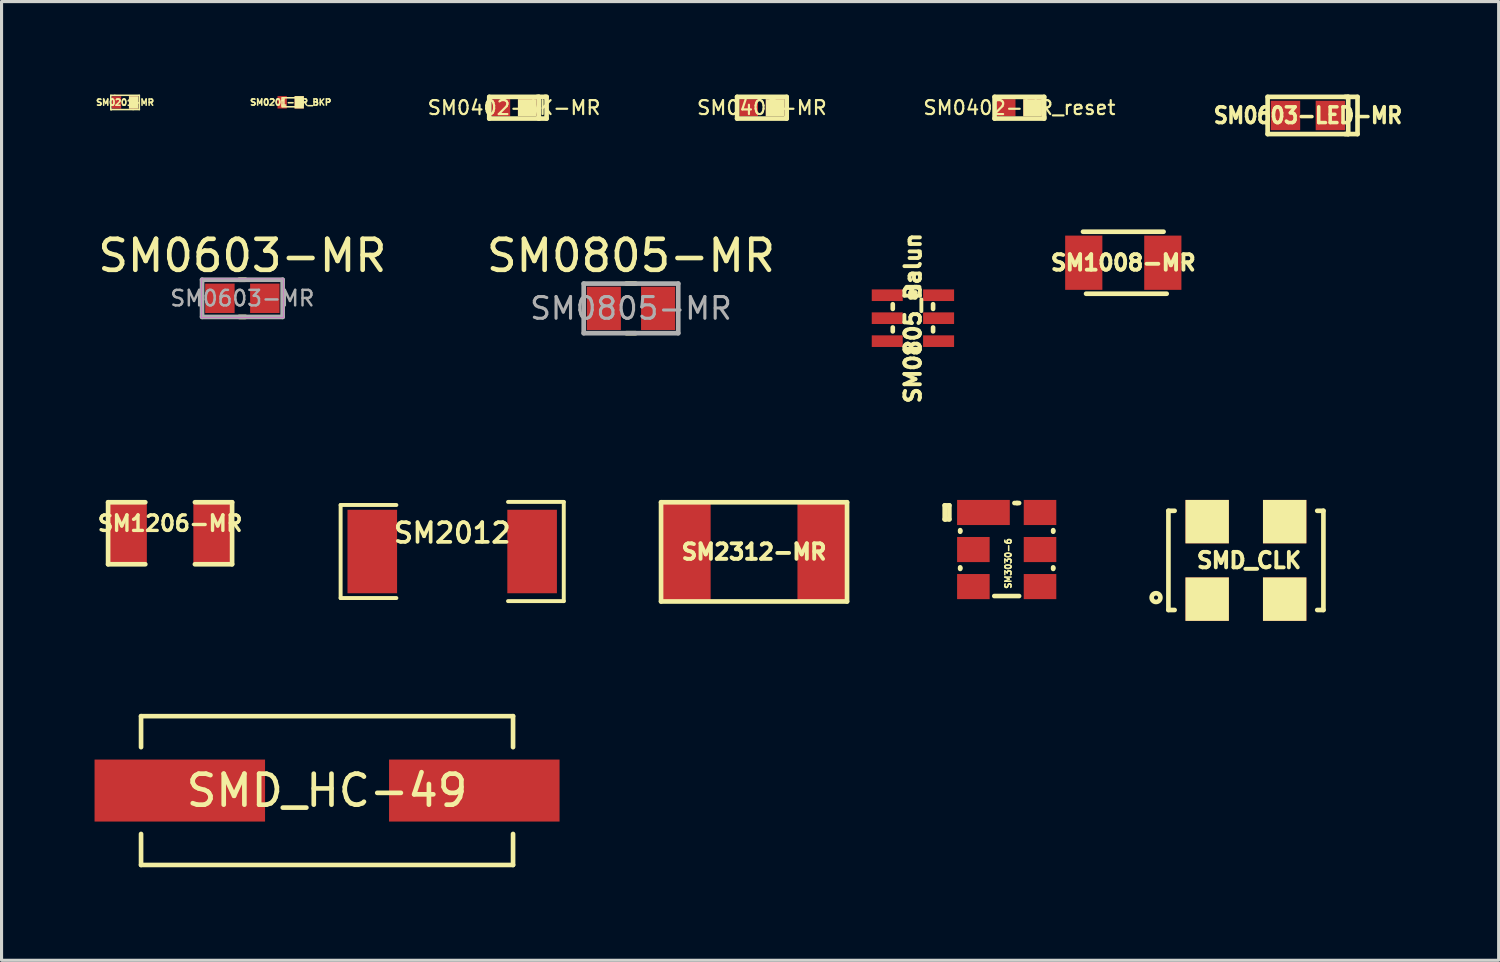
<source format=kicad_pcb>
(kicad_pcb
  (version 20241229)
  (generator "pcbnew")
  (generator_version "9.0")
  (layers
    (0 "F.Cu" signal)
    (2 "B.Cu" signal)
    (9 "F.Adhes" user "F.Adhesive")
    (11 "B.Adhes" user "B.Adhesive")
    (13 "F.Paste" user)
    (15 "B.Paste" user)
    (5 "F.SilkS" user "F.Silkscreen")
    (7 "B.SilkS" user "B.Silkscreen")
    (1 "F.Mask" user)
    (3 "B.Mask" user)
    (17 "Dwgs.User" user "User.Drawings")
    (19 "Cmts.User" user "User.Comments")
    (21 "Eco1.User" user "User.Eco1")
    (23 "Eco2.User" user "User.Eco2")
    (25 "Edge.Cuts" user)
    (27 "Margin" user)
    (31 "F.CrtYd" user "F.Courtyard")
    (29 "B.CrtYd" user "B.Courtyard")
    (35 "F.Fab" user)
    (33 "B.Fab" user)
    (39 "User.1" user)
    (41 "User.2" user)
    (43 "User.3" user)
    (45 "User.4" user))
  (footprint "SM1008-MR"
    (layer "F.Cu")
    (at 33.185 5.425)
    (property "Reference" "SM1008-MR" (at 0 0 0) (layer "F.SilkS") (effects (font (size 0.5 0.5) (thickness 0.125))))
    (attr through_hole)
    (fp_line (start -1.3 -1) (end 1.3 -1) (stroke (width 0.15) (type solid)) (layer "F.SilkS"))
    (fp_line (start -1.2 1) (end 1.4 1) (stroke (width 0.15) (type solid)) (layer "F.SilkS"))
    (pad "1" smd rect (at -1.275 0) (size 1.2 1.75) (layers "F.Cu" "F.Mask" "F.Paste"))
    (pad "2" smd rect (at 1.275 0) (size 1.2 1.75) (layers "F.Cu" "F.Mask" "F.Paste")))
  (footprint "SM0603-LED-MR"
    (layer "F.Cu")
    (at 39.141 0.675)
    (property "Reference" "SM0603-LED-MR" (at 0 0 0) (layer "F.SilkS") (effects (font (size 0.508 0.457) (thickness 0.114))))
    (attr smd)
    (fp_line (start -1.3 -0.6) (end -1.3 0.6) (stroke (width 0.15) (type solid)) (layer "F.SilkS"))
    (fp_line (start -1.3 0.6) (end 1.3 0.6) (stroke (width 0.15) (type solid)) (layer "F.SilkS"))
    (fp_line (start 1.2 -0.6) (end 1.6 -0.6) (stroke (width 0.15) (type solid)) (layer "F.SilkS"))
    (fp_line (start 1.3 -0.6) (end -1.3 -0.6) (stroke (width 0.15) (type solid)) (layer "F.SilkS"))
    (fp_line (start 1.3 0.6) (end 1.3 -0.6) (stroke (width 0.15) (type solid)) (layer "F.SilkS"))
    (fp_line (start 1.6 -0.6) (end 1.6 0.6) (stroke (width 0.15) (type solid)) (layer "F.SilkS"))
    (fp_line (start 1.6 0.6) (end 1.2 0.6) (stroke (width 0.15) (type solid)) (layer "F.SilkS"))
    (pad "1" smd rect (at -0.725 0) (size 0.95 0.95) (layers "F.Cu" "F.Mask" "F.Paste"))
    (pad "2" smd rect (at 0.725 0) (size 0.95 0.95) (layers "F.Cu" "F.Mask" "F.Paste")))
  (footprint "SM0603-MR"
    (layer "F.Cu")
    (at 4.768 6.573)
    (property "Reference" "SM0603-MR" (at 0 -1.375 0) (layer "F.SilkS") (effects (font (size 1 1) (thickness 0.15))))
    (attr smd)
    (fp_line (start -0.1 -0.6) (end 0.1 -0.6) (stroke (width 0.15) (type solid)) (layer "F.SilkS"))
    (fp_line (start -0.1 0.6) (end 0.1 0.6) (stroke (width 0.15) (type solid)) (layer "F.SilkS"))
    (fp_line (start -1.325 -0.625) (end 1.325 -0.625) (stroke (width 0.01) (type solid)) (layer "F.CrtYd"))
    (fp_line (start -1.325 0.625) (end -1.325 -0.625) (stroke (width 0.01) (type solid)) (layer "F.CrtYd"))
    (fp_line (start 1.325 -0.625) (end 1.325 0.625) (stroke (width 0.01) (type solid)) (layer "F.CrtYd"))
    (fp_line (start 1.325 0.625) (end -1.325 0.625) (stroke (width 0.01) (type solid)) (layer "F.CrtYd"))
    (fp_line (start -1.3 -0.6) (end -1.3 0.6) (stroke (width 0.15) (type solid)) (layer "F.Fab"))
    (fp_line (start -1.3 0.6) (end 1.3 0.6) (stroke (width 0.15) (type solid)) (layer "F.Fab"))
    (fp_line (start 1.3 -0.6) (end -1.3 -0.6) (stroke (width 0.15) (type solid)) (layer "F.Fab"))
    (fp_line (start 1.3 0.6) (end 1.3 -0.6) (stroke (width 0.15) (type solid)) (layer "F.Fab"))
    (fp_text user "${REFERENCE}" (at 0 0 0) (layer "F.Fab") (effects (font (size 0.5 0.5) (thickness 0.08))))
    (pad "1" smd rect (at -0.725 0) (size 0.95 0.95) (layers "F.Cu" "F.Mask" "F.Paste"))
    (pad "2" smd rect (at 0.725 0) (size 0.95 0.95) (layers "F.Cu" "F.Mask" "F.Paste")))
  (footprint "SM0402-MR"
    (layer "F.Cu")
    (at 21.527 0.425)
    (property "Reference" "SM0402-MR" (at 0 0 0) (layer "F.SilkS") (effects (font (size 0.45 0.45) (thickness 0.07))))
    (attr smd)
    (fp_line (start -0.8 -0.35) (end 0.8 -0.35) (stroke (width 0.15) (type solid)) (layer "F.SilkS"))
    (fp_line (start -0.8 0.35) (end -0.8 -0.35) (stroke (width 0.15) (type solid)) (layer "F.SilkS"))
    (fp_line (start 0.8 -0.35) (end 0.8 0.3) (stroke (width 0.15) (type solid)) (layer "F.SilkS"))
    (fp_line (start 0.8 0.3) (end 0.8 0.35) (stroke (width 0.15) (type solid)) (layer "F.SilkS"))
    (fp_line (start 0.8 0.35) (end -0.8 0.35) (stroke (width 0.15) (type solid)) (layer "F.SilkS"))
    (pad "1" smd rect (at -0.425 0) (size 0.6 0.55) (layers "F.Cu" "F.Mask" "F.Paste"))
    (pad "2" smd rect (at 0.425 0) (size 0.6 0.55) (layers "F.Cu" "F.Mask" "F.SilkS" "F.Paste")))
  (footprint "SM1206-MR"
    (layer "F.Cu")
    (at 2.437 14.152)
    (property "Reference" "SM1206-MR" (at 0 -0.318 0) (layer "F.SilkS") (effects (font (size 0.5 0.5) (thickness 0.109))))
    (attr smd)
    (fp_line (start -2 -1) (end -0.8 -1) (stroke (width 0.15) (type solid)) (layer "F.SilkS"))
    (fp_line (start -2 1) (end -2 -1) (stroke (width 0.15) (type solid)) (layer "F.SilkS"))
    (fp_line (start -0.8 1) (end -2 1) (stroke (width 0.15) (type solid)) (layer "F.SilkS"))
    (fp_line (start 0.8 -1) (end 2 -1) (stroke (width 0.15) (type solid)) (layer "F.SilkS"))
    (fp_line (start 2 -1) (end 2 1) (stroke (width 0.15) (type solid)) (layer "F.SilkS"))
    (fp_line (start 2 1) (end 0.8 1) (stroke (width 0.15) (type solid)) (layer "F.SilkS"))
    (pad "1" smd rect (at -1.375 0) (size 1.25 2) (layers "F.Cu" "F.Mask" "F.Paste"))
    (pad "2" smd rect (at 1.375 0) (size 1.25 2) (layers "F.Cu" "F.Mask" "F.Paste")))
  (footprint "SM0201-MR_BKP"
    (layer "F.Cu")
    (at 6.327 0.25)
    (property "Reference" "SM0201-MR_BKP" (at 0 0 0) (layer "F.SilkS") (effects (font (size 0.2 0.2) (thickness 0.05))))
    (attr smd)
    (fp_line (start -0.28 0.145) (end -0.28 -0.145) (stroke (width 0.05) (type solid)) (layer "F.SilkS"))
    (fp_line (start -0.265 -0.145) (end 0.265 -0.145) (stroke (width 0.05) (type solid)) (layer "F.SilkS"))
    (fp_line (start 0.26 0.145) (end -0.26 0.145) (stroke (width 0.05) (type solid)) (layer "F.SilkS"))
    (fp_line (start 0.28 -0.145) (end 0.28 0.145) (stroke (width 0.05) (type solid)) (layer "F.SilkS"))
    (pad "1" smd rect (at -0.275 0) (size 0.3 0.4) (layers "F.Cu" "F.Mask" "F.Paste"))
    (pad "2" smd rect (at 0.275 0) (size 0.3 0.4) (layers "F.Cu" "F.Mask" "F.SilkS" "F.Paste")))
  (footprint "SM0805-MR"
    (layer "F.Cu")
    (at 17.304 6.898)
    (property "Reference" "SM0805-MR" (at 0 -1.7 0) (layer "F.SilkS") (effects (font (size 1 1) (thickness 0.15))))
    (attr smd)
    (fp_line (start -0.15 -0.8) (end 0.15 -0.8) (stroke (width 0.15) (type solid)) (layer "F.SilkS"))
    (fp_line (start -0.15 0.8) (end 0.15 0.8) (stroke (width 0.15) (type solid)) (layer "F.SilkS"))
    (fp_line (start -1.525 -0.8) (end 1.525 -0.8) (stroke (width 0.15) (type solid)) (layer "F.Fab"))
    (fp_line (start -1.525 0.8) (end -1.525 -0.8) (stroke (width 0.15) (type solid)) (layer "F.Fab"))
    (fp_line (start 1.525 -0.8) (end 1.525 0.8) (stroke (width 0.15) (type solid)) (layer "F.Fab"))
    (fp_line (start 1.525 0.8) (end -1.525 0.8) (stroke (width 0.15) (type solid)) (layer "F.Fab"))
    (fp_text user "${REFERENCE}" (at 0 0 0) (layer "F.Fab") (effects (font (size 0.7 0.7) (thickness 0.1))))
    (pad "1" smd rect (at -0.875 0) (size 1.1 1.4) (layers "F.Cu" "F.Mask" "F.Paste"))
    (pad "2" smd rect (at 0.875 0) (size 1.1 1.4) (layers "F.Cu" "F.Mask" "F.Paste")))
  (footprint "SMD_CLK"
    (layer "F.Cu")
    (at 37.141 15.027)
    (property "Reference" "SMD_CLK" (at 0.1 0 180) (layer "F.SilkS") (effects (font (size 0.5 0.5) (thickness 0.125))))
    (attr smd)
    (fp_line (start -2.5 -1.6) (end -2.3 -1.6) (stroke (width 0.15) (type solid)) (layer "F.SilkS"))
    (fp_line (start -2.5 1.6) (end -2.5 -1.6) (stroke (width 0.15) (type solid)) (layer "F.SilkS"))
    (fp_line (start -2.3 1.6) (end -2.5 1.6) (stroke (width 0.15) (type solid)) (layer "F.SilkS"))
    (fp_line (start 2.3 -1.6) (end 2.5 -1.6) (stroke (width 0.15) (type solid)) (layer "F.SilkS"))
    (fp_line (start 2.5 -1.6) (end 2.5 1.6) (stroke (width 0.15) (type solid)) (layer "F.SilkS"))
    (fp_line (start 2.5 1.6) (end 2.3 1.6) (stroke (width 0.15) (type solid)) (layer "F.SilkS"))
    (fp_circle (center -2.9 1.2) (end -2.8 1.3) (stroke (width 0.15) (type solid)) (fill no) (layer "F.SilkS"))
    (pad "1" smd rect (at -1.25 1.25) (size 1.4 1.4) (layers "F.Cu" "F.Mask" "F.SilkS" "F.Paste"))
    (pad "2" smd rect (at 1.25 1.25) (size 1.4 1.4) (layers "F.Cu" "F.Mask" "F.SilkS" "F.Paste"))
    (pad "3" smd rect (at 1.25 -1.25) (size 1.4 1.4) (layers "F.Cu" "F.Mask" "F.SilkS" "F.Paste"))
    (pad "4" smd rect (at -1.25 -1.25) (size 1.4 1.4) (layers "F.Cu" "F.Mask" "F.SilkS" "F.Paste")))
  (footprint "SM0402-AK-MR"
    (layer "F.Cu")
    (at 13.532 0.425)
    (property "Reference" "SM0402-AK-MR" (at 0 0 0) (layer "F.SilkS") (effects (font (size 0.45 0.45) (thickness 0.07))))
    (attr smd)
    (fp_line (start -0.8 -0.35) (end 0.8 -0.35) (stroke (width 0.15) (type solid)) (layer "F.SilkS"))
    (fp_line (start -0.8 0.35) (end -0.8 -0.35) (stroke (width 0.15) (type solid)) (layer "F.SilkS"))
    (fp_line (start 0.75 -0.35) (end 1 -0.35) (stroke (width 0.15) (type solid)) (layer "F.SilkS"))
    (fp_line (start 0.8 -0.35) (end 0.8 0.3) (stroke (width 0.15) (type solid)) (layer "F.SilkS"))
    (fp_line (start 0.8 0.3) (end 0.8 0.35) (stroke (width 0.15) (type solid)) (layer "F.SilkS"))
    (fp_line (start 0.8 0.35) (end -0.8 0.35) (stroke (width 0.15) (type solid)) (layer "F.SilkS"))
    (fp_line (start 1 -0.35) (end 1.05 -0.35) (stroke (width 0.15) (type solid)) (layer "F.SilkS"))
    (fp_line (start 1.05 -0.35) (end 1.05 0.35) (stroke (width 0.15) (type solid)) (layer "F.SilkS"))
    (fp_line (start 1.05 0.35) (end 0.8 0.35) (stroke (width 0.15) (type solid)) (layer "F.SilkS"))
    (pad "A" smd rect (at -0.425 0) (size 0.6 0.55) (layers "F.Cu" "F.Mask" "F.Paste"))
    (pad "K" smd rect (at 0.425 0) (size 0.6 0.55) (layers "F.Cu" "F.Mask" "F.SilkS" "F.Paste")))
  (footprint "SM0201-MR"
    (layer "F.Cu")
    (at 0.984 0.255)
    (property "Reference" "SM0201-MR" (at 0 0 0) (layer "F.SilkS") (effects (font (size 0.2 0.2) (thickness 0.05))))
    (attr smd)
    (fp_line (start -0.46 -0.23) (end -0.33 -0.23) (stroke (width 0.05) (type solid)) (layer "F.SilkS"))
    (fp_line (start -0.46 0.23) (end -0.46 -0.23) (stroke (width 0.05) (type solid)) (layer "F.SilkS"))
    (fp_line (start -0.45 0.23) (end -0.46 0.23) (stroke (width 0.05) (type solid)) (layer "F.SilkS"))
    (fp_line (start -0.44 0.23) (end -0.45 0.23) (stroke (width 0.05) (type solid)) (layer "F.SilkS"))
    (fp_line (start -0.33 -0.23) (end 0.46 -0.23) (stroke (width 0.05) (type solid)) (layer "F.SilkS"))
    (fp_line (start 0.26 0.23) (end -0.44 0.23) (stroke (width 0.05) (type solid)) (layer "F.SilkS"))
    (fp_line (start 0.46 -0.23) (end 0.46 0.22) (stroke (width 0.05) (type solid)) (layer "F.SilkS"))
    (fp_line (start 0.46 0.22) (end 0.46 0.23) (stroke (width 0.05) (type solid)) (layer "F.SilkS"))
    (fp_line (start 0.46 0.23) (end 0.26 0.23) (stroke (width 0.05) (type solid)) (layer "F.SilkS"))
    (pad "1" smd rect (at -0.275 0) (size 0.3 0.4) (layers "F.Cu" "F.Mask" "F.Paste"))
    (pad "2" smd rect (at 0.275 0) (size 0.3 0.4) (layers "F.Cu" "F.Mask" "F.SilkS" "F.Paste")))
  (footprint "SM3030-6"
    (layer "F.Cu")
    (at 29.424 14.677)
    (property "Reference" "SM3030-6" (at 0.05 0.45 90) (layer "F.SilkS") (effects (font (size 0.2 0.2) (thickness 0.05))))
    (attr through_hole)
    (fp_line (start -2 -1.425) (end -1.85 -1.425) (stroke (width 0.15) (type solid)) (layer "F.SilkS"))
    (fp_line (start -2 -0.975) (end -2 -1.425) (stroke (width 0.15) (type solid)) (layer "F.SilkS"))
    (fp_line (start -1.975 -0.975) (end -2 -0.975) (stroke (width 0.15) (type solid)) (layer "F.SilkS"))
    (fp_line (start -1.85 -1.425) (end -1.85 -0.975) (stroke (width 0.15) (type solid)) (layer "F.SilkS"))
    (fp_line (start -1.85 -0.975) (end -1.975 -0.975) (stroke (width 0.15) (type solid)) (layer "F.SilkS"))
    (fp_line (start -1.5 -0.6) (end -1.5 -0.625) (stroke (width 0.15) (type solid)) (layer "F.SilkS"))
    (fp_line (start -1.5 -0.6) (end -1.5 -0.575) (stroke (width 0.15) (type solid)) (layer "F.SilkS"))
    (fp_line (start -1.5 0.6) (end -1.5 0.575) (stroke (width 0.15) (type solid)) (layer "F.SilkS"))
    (fp_line (start -1.5 0.6) (end -1.5 0.625) (stroke (width 0.15) (type solid)) (layer "F.SilkS"))
    (fp_line (start -0.4 1.5) (end 0.4 1.5) (stroke (width 0.15) (type solid)) (layer "F.SilkS"))
    (fp_line (start 0.325 -1.5) (end 0.25 -1.5) (stroke (width 0.15) (type solid)) (layer "F.SilkS"))
    (fp_line (start 0.325 -1.5) (end 0.35 -1.5) (stroke (width 0.15) (type solid)) (layer "F.SilkS"))
    (fp_line (start 0.375 -1.5) (end 0.4 -1.5) (stroke (width 0.15) (type solid)) (layer "F.SilkS"))
    (fp_line (start 1.5 -0.6) (end 1.5 -0.625) (stroke (width 0.15) (type solid)) (layer "F.SilkS"))
    (fp_line (start 1.5 -0.6) (end 1.5 -0.575) (stroke (width 0.15) (type solid)) (layer "F.SilkS"))
    (fp_line (start 1.5 0.6) (end 1.5 0.575) (stroke (width 0.15) (type solid)) (layer "F.SilkS"))
    (fp_line (start 1.5 0.6) (end 1.5 0.625) (stroke (width 0.15) (type solid)) (layer "F.SilkS"))
    (pad "1" smd rect (at -0.75 -1.195) (size 1.7 0.81) (layers "F.Cu" "F.Mask" "F.Paste"))
    (pad "2" smd rect (at -1.075 0) (size 1.05 0.81) (layers "F.Cu" "F.Mask" "F.Paste"))
    (pad "3" smd rect (at -1.075 1.195) (size 1.05 0.81) (layers "F.Cu" "F.Mask" "F.Paste"))
    (pad "4" smd rect (at 1.075 1.195) (size 1.05 0.81) (layers "F.Cu" "F.Mask" "F.Paste"))
    (pad "5" smd rect (at 1.075 0) (size 1.05 0.81) (layers "F.Cu" "F.Mask" "F.Paste"))
    (pad "6" smd rect (at 1.075 -1.195) (size 1.05 0.81) (layers "F.Cu" "F.Mask" "F.Paste")))
  (footprint "SM0402-MR_reset"
    (layer "F.Cu")
    (at 29.833 0.425)
    (property "Reference" "SM0402-MR_reset" (at 0 0 0) (layer "F.SilkS") (effects (font (size 0.45 0.45) (thickness 0.07))))
    (attr smd)
    (fp_line (start -0.8 -0.35) (end 0.8 -0.35) (stroke (width 0.15) (type solid)) (layer "F.SilkS"))
    (fp_line (start -0.8 0.35) (end -0.8 -0.35) (stroke (width 0.15) (type solid)) (layer "F.SilkS"))
    (fp_line (start 0.8 -0.35) (end 0.8 0.3) (stroke (width 0.15) (type solid)) (layer "F.SilkS"))
    (fp_line (start 0.8 0.3) (end 0.8 0.35) (stroke (width 0.15) (type solid)) (layer "F.SilkS"))
    (fp_line (start 0.8 0.35) (end -0.8 0.35) (stroke (width 0.15) (type solid)) (layer "F.SilkS"))
    (pad "1" smd rect (at -0.425 0) (size 0.6 0.55) (layers "F.Cu" "F.Mask" "F.Paste"))
    (pad "2" smd rect (at 0.425 0) (size 0.6 0.55) (layers "F.Cu" "F.Mask" "F.SilkS" "F.Paste")))
  (footprint "SM2012"
    (layer "F.Cu")
    (at 11.537 14.741)
    (property "Reference" "SM2012" (at 0 -0.599 0) (layer "F.SilkS") (effects (font (size 0.635 0.635) (thickness 0.119))))
    (attr smd)
    (fp_line (start -3.599 -1.501) (end -3.599 1.501) (stroke (width 0.127) (type solid)) (layer "F.SilkS"))
    (fp_line (start -3.599 1.501) (end -1.801 1.501) (stroke (width 0.127) (type solid)) (layer "F.SilkS"))
    (fp_line (start -1.801 -1.501) (end -3.599 -1.501) (stroke (width 0.127) (type solid)) (layer "F.SilkS"))
    (fp_line (start 1.801 -1.6) (end 3.599 -1.6) (stroke (width 0.127) (type solid)) (layer "F.SilkS"))
    (fp_line (start 3.599 -1.6) (end 3.599 1.6) (stroke (width 0.127) (type solid)) (layer "F.SilkS"))
    (fp_line (start 3.599 1.6) (end 1.801 1.6) (stroke (width 0.127) (type solid)) (layer "F.SilkS"))
    (pad "1" smd rect (at 2.578 0) (size 1.6 2.692) (layers "F.Cu" "F.Mask" "F.Paste"))
    (pad "2" smd rect (at -2.578 0) (size 1.6 2.692) (layers "F.Cu" "F.Mask" "F.Paste")))
  (footprint "SMD_HC-49"
    (layer "F.Cu")
    (at 7.5 22.452)
    (property "Reference" "SMD_HC-49" (at 0 0 0) (layer "F.SilkS") (effects (font (size 1 1) (thickness 0.15))))
    (attr through_hole)
    (fp_line (start -6 -2.4) (end 6 -2.4) (stroke (width 0.15) (type solid)) (layer "F.SilkS"))
    (fp_line (start -6 -1.4) (end -6 -2.4) (stroke (width 0.15) (type solid)) (layer "F.SilkS"))
    (fp_line (start -6 2.4) (end -6 1.4) (stroke (width 0.15) (type solid)) (layer "F.SilkS"))
    (fp_line (start 6 -2.4) (end 6 -1.4) (stroke (width 0.15) (type solid)) (layer "F.SilkS"))
    (fp_line (start 6 1.4) (end 6 2.4) (stroke (width 0.15) (type solid)) (layer "F.SilkS"))
    (fp_line (start 6 2.4) (end -6 2.4) (stroke (width 0.15) (type solid)) (layer "F.SilkS"))
    (pad "1" smd rect (at -4.75 0) (size 5.5 2) (layers "F.Cu" "F.Mask" "F.Paste"))
    (pad "2" smd rect (at 4.75 0) (size 5.5 2) (layers "F.Cu" "F.Mask" "F.Paste")))
  (footprint "SM2312-MR"
    (layer "F.Cu")
    (at 21.274 14.752)
    (property "Reference" "SM2312-MR" (at 0 0 0) (layer "F.SilkS") (effects (font (size 0.5 0.5) (thickness 0.125))))
    (attr through_hole)
    (fp_line (start -3 -1.6) (end 3 -1.6) (stroke (width 0.15) (type solid)) (layer "F.SilkS"))
    (fp_line (start -3 1.6) (end -3 -1.6) (stroke (width 0.15) (type solid)) (layer "F.SilkS"))
    (fp_line (start 3 -1.6) (end 3 1.6) (stroke (width 0.15) (type solid)) (layer "F.SilkS"))
    (fp_line (start 3 1.6) (end -3 1.6) (stroke (width 0.15) (type solid)) (layer "F.SilkS"))
    (pad "1" smd rect (at -2.2 0) (size 1.6 3.2) (layers "F.Cu" "F.Mask" "F.Paste"))
    (pad "2" smd rect (at 2.2 0) (size 1.6 3.2) (layers "F.Cu" "F.Mask" "F.Paste")))
  (footprint "SM0805_Balun"
    (layer "F.Cu")
    (at 26.399 7.214)
    (property "Reference" "SM0805_Balun" (at 0 0 90) (layer "F.SilkS") (effects (font (size 0.5 0.5) (thickness 0.125))))
    (attr through_hole)
    (fp_line (start -0.65 -0.45) (end -0.65 -0.3) (stroke (width 0.15) (type solid)) (layer "F.SilkS"))
    (fp_line (start -0.65 0.3) (end -0.65 0.425) (stroke (width 0.15) (type solid)) (layer "F.SilkS"))
    (fp_line (start -0.2 -1) (end 0.2 -1) (stroke (width 0.15) (type solid)) (layer "F.SilkS"))
    (fp_line (start -0.2 1) (end 0.2 1) (stroke (width 0.15) (type solid)) (layer "F.SilkS"))
    (fp_line (start -0.075 -0.825) (end 0.075 -0.825) (stroke (width 0.15) (type solid)) (layer "F.SilkS"))
    (fp_line (start -0.075 -0.675) (end -0.075 -0.825) (stroke (width 0.15) (type solid)) (layer "F.SilkS"))
    (fp_line (start 0.075 -0.825) (end 0.075 -0.7) (stroke (width 0.15) (type solid)) (layer "F.SilkS"))
    (fp_line (start 0.075 -0.7) (end 0.075 -0.675) (stroke (width 0.15) (type solid)) (layer "F.SilkS"))
    (fp_line (start 0.075 -0.675) (end -0.075 -0.675) (stroke (width 0.15) (type solid)) (layer "F.SilkS"))
    (fp_line (start 0.65 -0.45) (end 0.65 -0.3) (stroke (width 0.15) (type solid)) (layer "F.SilkS"))
    (fp_line (start 0.65 0.3) (end 0.65 0.425) (stroke (width 0.15) (type solid)) (layer "F.SilkS"))
    (pad "1" smd rect (at -0.828 -0.741) (size 1 0.375) (layers "F.Cu" "F.Mask" "F.Paste"))
    (pad "2" smd rect (at -0.828 0) (size 1 0.375) (layers "F.Cu" "F.Mask" "F.Paste"))
    (pad "3" smd rect (at -0.828 0.741) (size 1 0.375) (layers "F.Cu" "F.Mask" "F.Paste"))
    (pad "4" smd rect (at 0.828 0.741) (size 1 0.375) (layers "F.Cu" "F.Mask" "F.Paste"))
    (pad "5" smd rect (at 0.828 0) (size 1 0.375) (layers "F.Cu" "F.Mask" "F.Paste"))
    (pad "6" smd rect (at 0.828 -0.741) (size 1 0.375) (layers "F.Cu" "F.Mask" "F.Paste")))
  (gr_rect
    (start -3 -3)
    (end 45.293 27.927)
    (stroke (width 0.1) (type default))
    (fill no)
    (layer "Edge.Cuts")))
</source>
